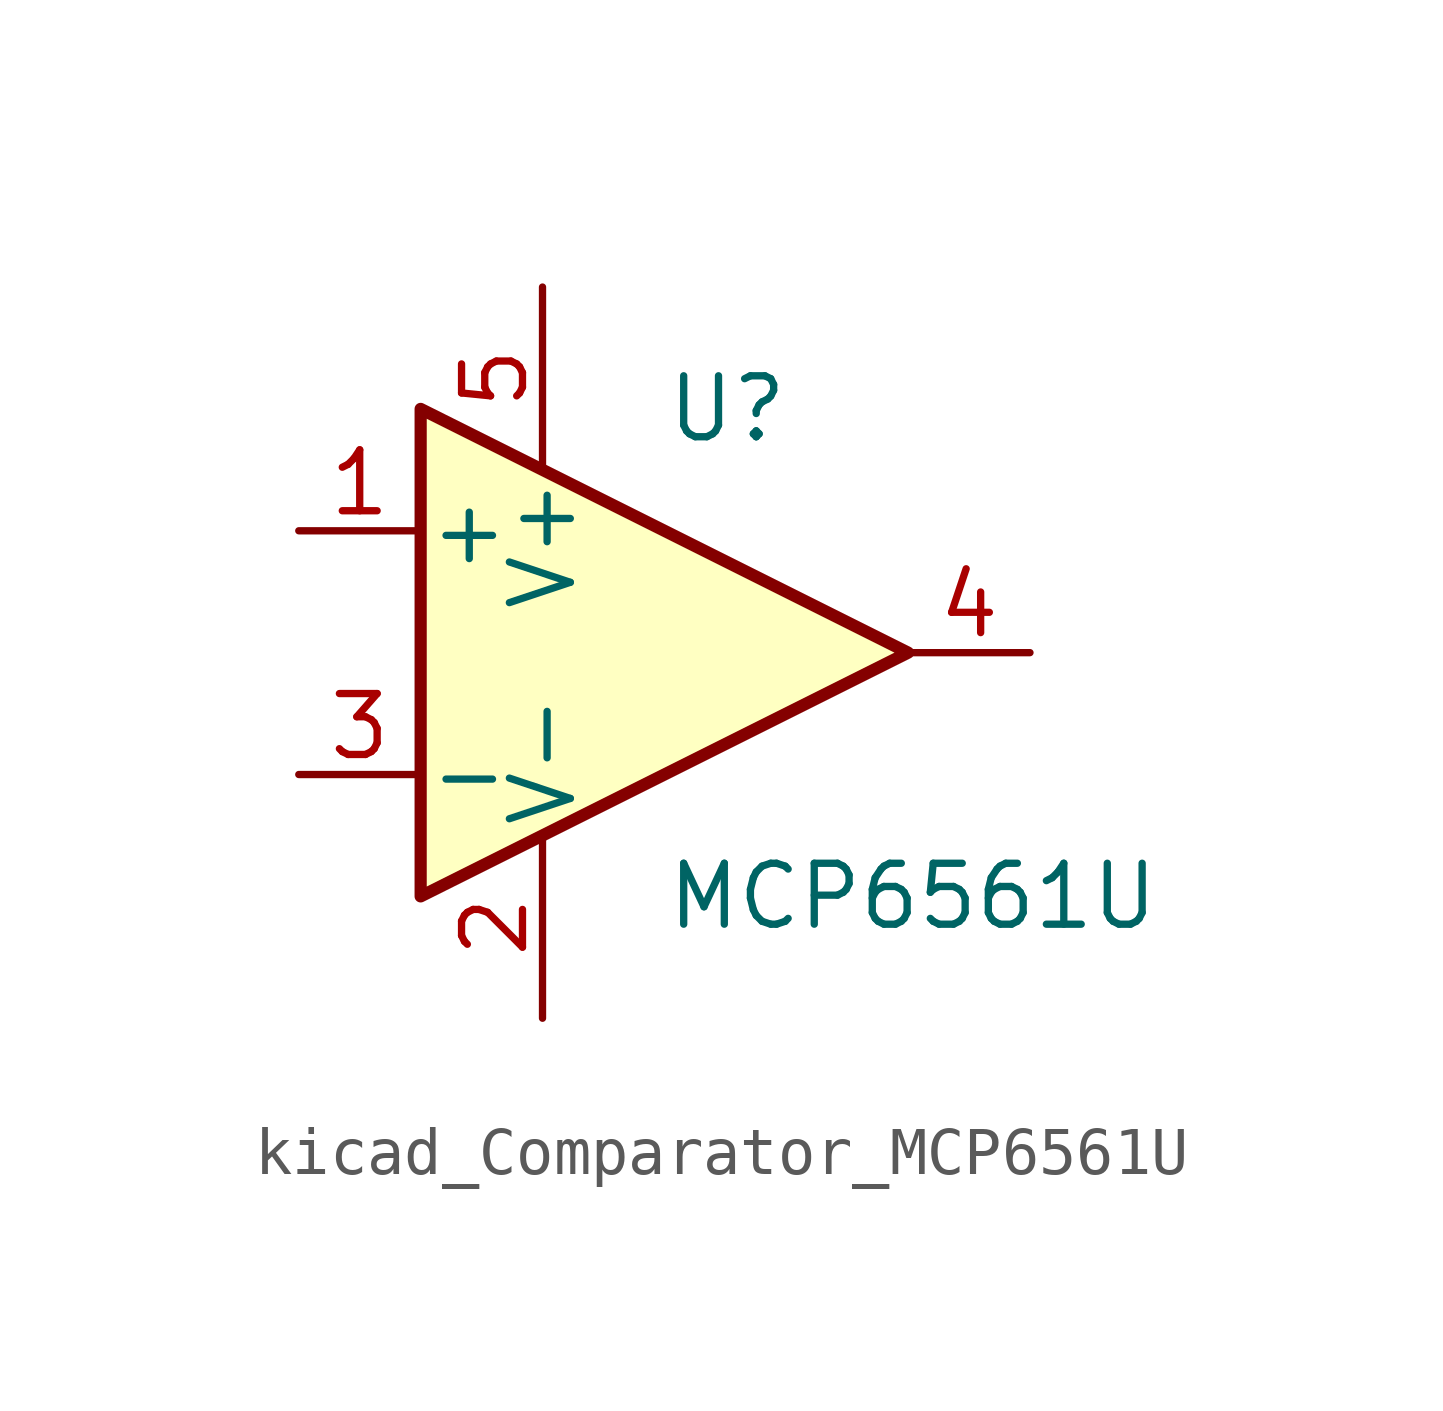
<source format=kicad_sym>
(kicad_symbol_lib
  (version 20220914)
  (generator kicad_symbol_editor)
  (symbol "kicad_Comparator_MCP6561U"
    (pin_names
      (offset 0.127))
    (property "Reference" "U"
      (at 0 5.08 0)
      (effects (font (size 1.27 1.27)) (justify left)))
    (property "Value" "MCP6561U"
      (at 0 -5.08 0)
      (effects (font (size 1.27 1.27)) (justify left)))
    (symbol "kicad_Comparator_MCP6561U_0_1"
      (polyline (pts (xy -5.08 5.08) (xy 5.08 0) (xy -5.08 -5.08) (xy -5.08 5.08)) (stroke (width 0.254) (type default)) (fill (type background)))
      (pin power_in line (at -2.54 -7.62 90) (length 3.81) (name "V-" (effects (font (size 1.27 1.27)))) (number "2" (effects (font (size 1.27 1.27)))))
      (pin power_in line (at -2.54 7.62 270) (length 3.81) (name "V+" (effects (font (size 1.27 1.27)))) (number "5" (effects (font (size 1.27 1.27))))))
    (symbol "kicad_Comparator_MCP6561U_1_1"
      (pin input line (at -7.62 2.54 0) (length 2.54) (name "+" (effects (font (size 1.27 1.27)))) (number "1" (effects (font (size 1.27 1.27)))))
      (pin input line (at -7.62 -2.54 0) (length 2.54) (name "-" (effects (font (size 1.27 1.27)))) (number "3" (effects (font (size 1.27 1.27)))))
      (pin output line (at 7.62 0 180) (length 2.54) (name "~" (effects (font (size 1.27 1.27)))) (number "4" (effects (font (size 1.27 1.27))))))))
</source>
